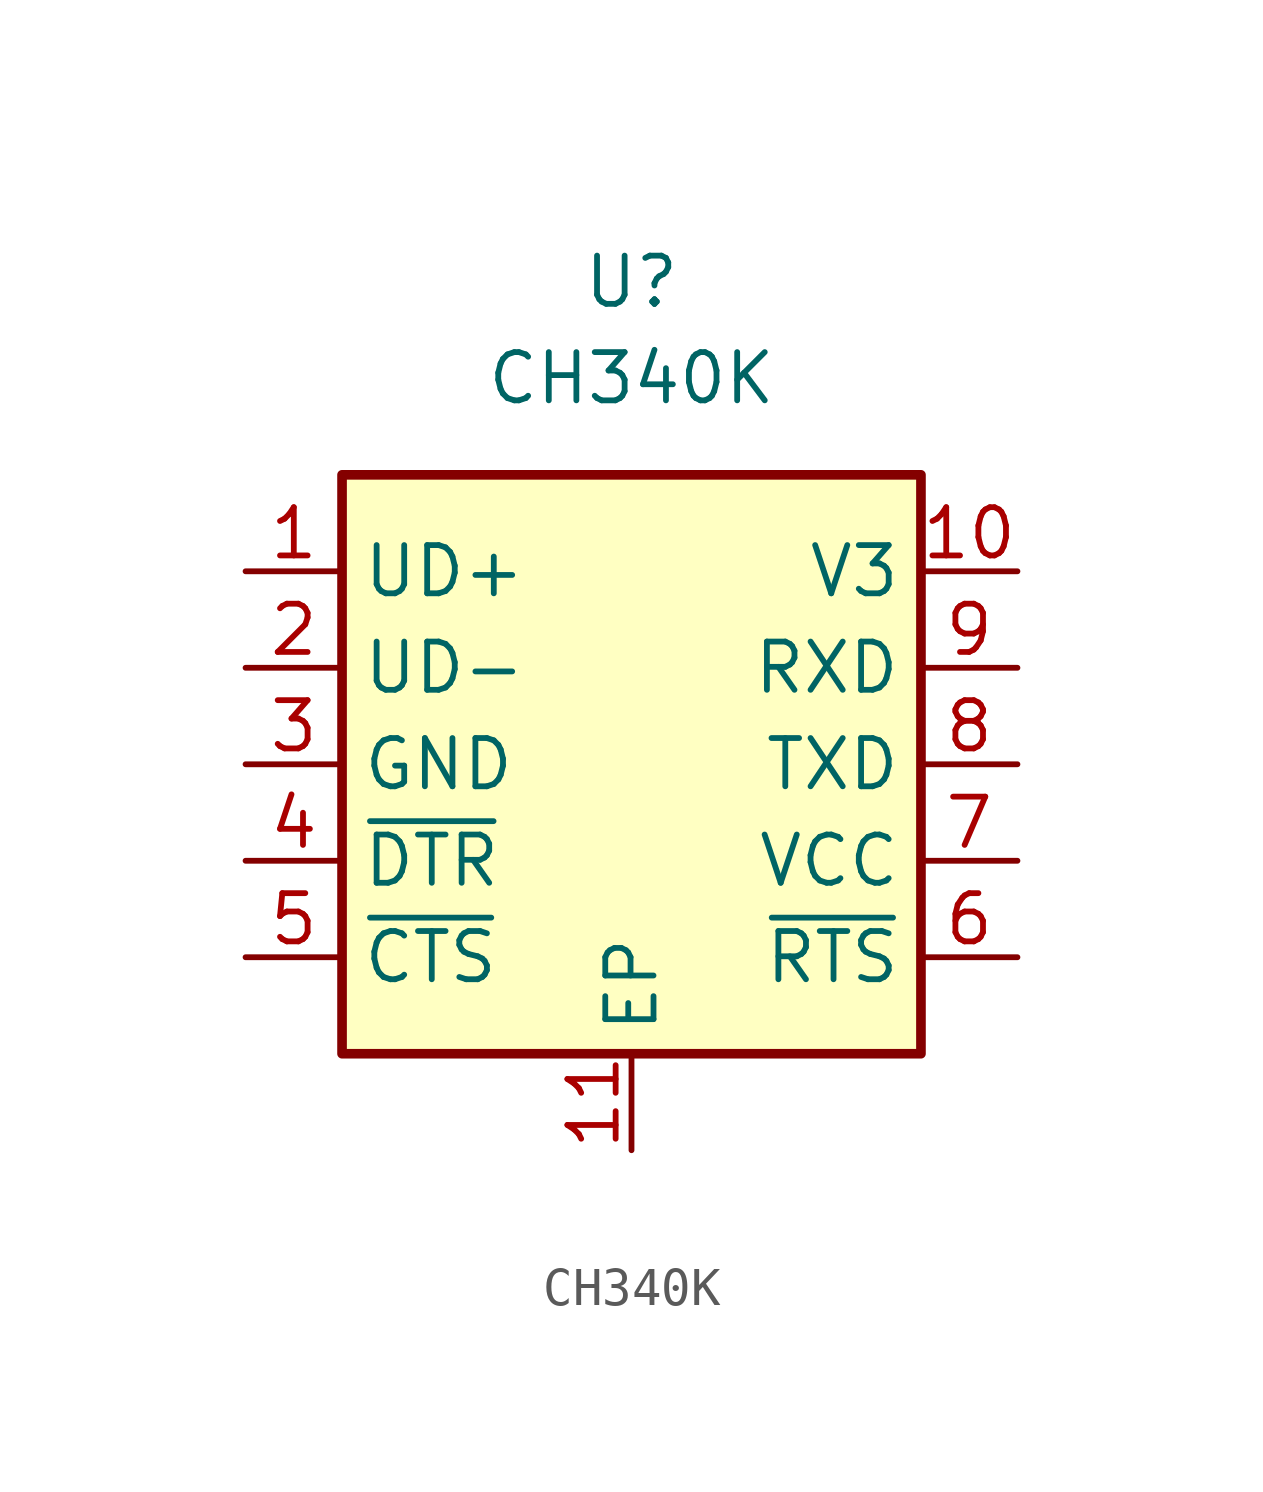
<source format=kicad_sym>
(kicad_symbol_lib
  (version 20211014)
  (generator kicad_symbol_editor)
  (symbol "CH340K"
    (property "Reference" "U"
      (at 0 12.7 0)
      (effects (font (size 1.27 1.27))))
    (property "Value" "CH340K"
      (at 0 10.16 0)
      (effects (font (size 1.27 1.27))))
    (symbol "CH340K_0_1"
      (rectangle (start -7.62 7.62) (end 7.62 -7.62) (stroke (width 0.254) (type default) (color 0 0 0 0)) (fill (type background))))
    (symbol "CH340K_1_1"
      (pin bidirectional line (at -10.16 5.08 0) (length 2.54) (name "UD+" (effects (font (size 1.27 1.27)))) (number "1" (effects (font (size 1.27 1.27)))))
      (pin passive line (at 10.16 5.08 180) (length 2.54) (name "V3" (effects (font (size 1.27 1.27)))) (number "10" (effects (font (size 1.27 1.27)))))
      (pin passive line (at 0 -10.16 90) (length 2.54) (name "EP" (effects (font (size 1.27 1.27)))) (number "11" (effects (font (size 1.27 1.27)))))
      (pin bidirectional line (at -10.16 2.54 0) (length 2.54) (name "UD-" (effects (font (size 1.27 1.27)))) (number "2" (effects (font (size 1.27 1.27)))))
      (pin power_in line (at -10.16 0 0) (length 2.54) (name "GND" (effects (font (size 1.27 1.27)))) (number "3" (effects (font (size 1.27 1.27)))))
      (pin output line (at -10.16 -2.54 0) (length 2.54) (name "~{DTR}" (effects (font (size 1.27 1.27)))) (number "4" (effects (font (size 1.27 1.27)))))
      (pin input line (at -10.16 -5.08 0) (length 2.54) (name "~{CTS}" (effects (font (size 1.27 1.27)))) (number "5" (effects (font (size 1.27 1.27)))))
      (pin output line (at 10.16 -5.08 180) (length 2.54) (name "~{RTS}" (effects (font (size 1.27 1.27)))) (number "6" (effects (font (size 1.27 1.27)))))
      (pin power_in line (at 10.16 -2.54 180) (length 2.54) (name "VCC" (effects (font (size 1.27 1.27)))) (number "7" (effects (font (size 1.27 1.27)))))
      (pin output line (at 10.16 0 180) (length 2.54) (name "TXD" (effects (font (size 1.27 1.27)))) (number "8" (effects (font (size 1.27 1.27)))))
      (pin input line (at 10.16 2.54 180) (length 2.54) (name "RXD" (effects (font (size 1.27 1.27)))) (number "9" (effects (font (size 1.27 1.27))))))))
</source>
